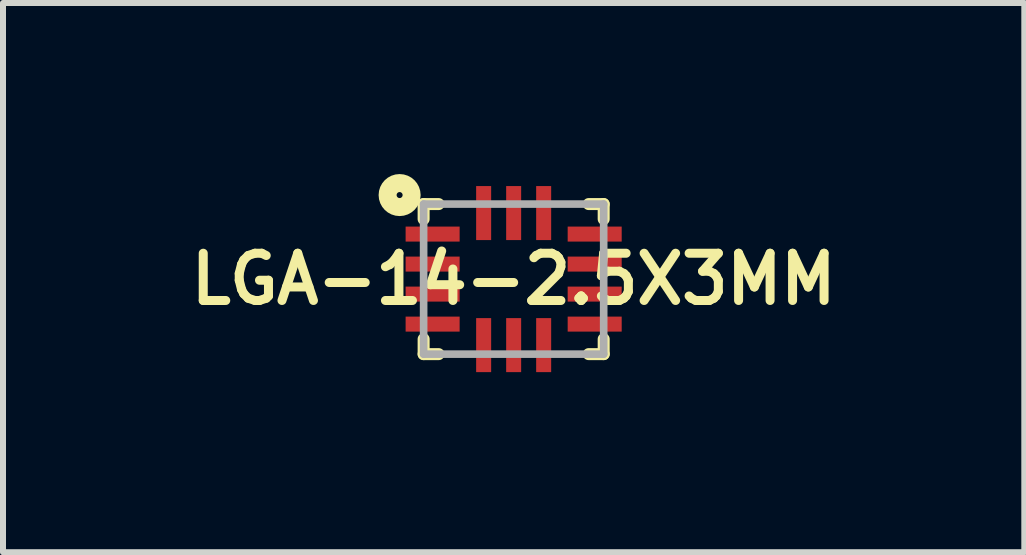
<source format=kicad_pcb>
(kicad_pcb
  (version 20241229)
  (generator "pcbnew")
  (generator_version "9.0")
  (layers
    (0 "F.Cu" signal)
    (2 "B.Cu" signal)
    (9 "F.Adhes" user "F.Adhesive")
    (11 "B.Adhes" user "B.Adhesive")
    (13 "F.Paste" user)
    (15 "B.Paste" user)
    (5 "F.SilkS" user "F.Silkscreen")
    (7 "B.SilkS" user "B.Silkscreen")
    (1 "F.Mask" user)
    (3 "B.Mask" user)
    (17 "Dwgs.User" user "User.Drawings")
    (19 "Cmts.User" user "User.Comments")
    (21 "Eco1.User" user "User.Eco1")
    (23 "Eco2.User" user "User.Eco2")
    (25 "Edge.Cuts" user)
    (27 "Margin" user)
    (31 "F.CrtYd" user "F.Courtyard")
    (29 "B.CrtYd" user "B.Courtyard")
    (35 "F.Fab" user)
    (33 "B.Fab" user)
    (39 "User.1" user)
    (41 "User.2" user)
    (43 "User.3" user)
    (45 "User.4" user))
  (footprint "LGA-14-2.5X3MM"
    (layer "F.Cu")
    (at 5.508 1.6)
    (property "Reference" "LGA-14-2.5X3MM" (at 0 0 0) (layer "F.SilkS") (effects (font (size 0.787 0.787) (thickness 0.15))))
    (attr through_hole)
    (fp_line (start -1.5 -1.25) (end -1.25 -1.25) (stroke (width 0.2) (type solid)) (layer "F.SilkS"))
    (fp_line (start -1.5 -1) (end -1.5 -1.25) (stroke (width 0.2) (type solid)) (layer "F.SilkS"))
    (fp_line (start -1.5 1.25) (end -1.5 1) (stroke (width 0.2) (type solid)) (layer "F.SilkS"))
    (fp_line (start -1.25 1.25) (end -1.5 1.25) (stroke (width 0.2) (type solid)) (layer "F.SilkS"))
    (fp_line (start 1.25 -1.25) (end 1.5 -1.25) (stroke (width 0.2) (type solid)) (layer "F.SilkS"))
    (fp_line (start 1.5 -1.25) (end 1.5 -1) (stroke (width 0.2) (type solid)) (layer "F.SilkS"))
    (fp_line (start 1.5 1) (end 1.5 1.25) (stroke (width 0.2) (type solid)) (layer "F.SilkS"))
    (fp_line (start 1.5 1.25) (end 1.25 1.25) (stroke (width 0.2) (type solid)) (layer "F.SilkS"))
    (fp_circle (center -1.9 -1.4) (end -1.85 -1.4) (stroke (width 0.3) (type solid)) (fill no) (layer "F.SilkS"))
    (fp_line (start -1.5 -1.25) (end 1.5 -1.25) (stroke (width 0.127) (type solid)) (layer "F.Fab"))
    (fp_line (start -1.5 1.25) (end -1.5 -1.25) (stroke (width 0.127) (type solid)) (layer "F.Fab"))
    (fp_line (start 1.5 -1.25) (end 1.5 1.25) (stroke (width 0.127) (type solid)) (layer "F.Fab"))
    (fp_line (start 1.5 1.25) (end -1.5 1.25) (stroke (width 0.127) (type solid)) (layer "F.Fab"))
    (pad "1" smd rect (at -1.35 -0.75) (size 0.9 0.25) (layers "F.Cu" "F.Mask" "F.Paste"))
    (pad "2" smd rect (at -1.35 -0.25) (size 0.9 0.25) (layers "F.Cu" "F.Mask" "F.Paste"))
    (pad "3" smd rect (at -1.35 0.25) (size 0.9 0.25) (layers "F.Cu" "F.Mask" "F.Paste"))
    (pad "4" smd rect (at -1.35 0.75) (size 0.9 0.25) (layers "F.Cu" "F.Mask" "F.Paste"))
    (pad "5" smd rect (at -0.5 1.1 90) (size 0.9 0.25) (layers "F.Cu" "F.Mask" "F.Paste"))
    (pad "6" smd rect (at 0 1.1 90) (size 0.9 0.25) (layers "F.Cu" "F.Mask" "F.Paste"))
    (pad "7" smd rect (at 0.5 1.1 90) (size 0.9 0.25) (layers "F.Cu" "F.Mask" "F.Paste"))
    (pad "8" smd rect (at 1.35 0.75) (size 0.9 0.25) (layers "F.Cu" "F.Mask" "F.Paste"))
    (pad "9" smd rect (at 1.35 0.25) (size 0.9 0.25) (layers "F.Cu" "F.Mask" "F.Paste"))
    (pad "10" smd rect (at 1.35 -0.25) (size 0.9 0.25) (layers "F.Cu" "F.Mask" "F.Paste"))
    (pad "11" smd rect (at 1.35 -0.75) (size 0.9 0.25) (layers "F.Cu" "F.Mask" "F.Paste"))
    (pad "12" smd rect (at 0.5 -1.1 90) (size 0.9 0.25) (layers "F.Cu" "F.Mask" "F.Paste"))
    (pad "13" smd rect (at 0 -1.1 90) (size 0.9 0.25) (layers "F.Cu" "F.Mask" "F.Paste"))
    (pad "14" smd rect (at -0.5 -1.1 90) (size 0.9 0.25) (layers "F.Cu" "F.Mask" "F.Paste")))
  (gr_rect
    (start -3 -3)
    (end 14.016 6.15)
    (stroke (width 0.1) (type default))
    (fill no)
    (layer "Edge.Cuts")))
</source>
